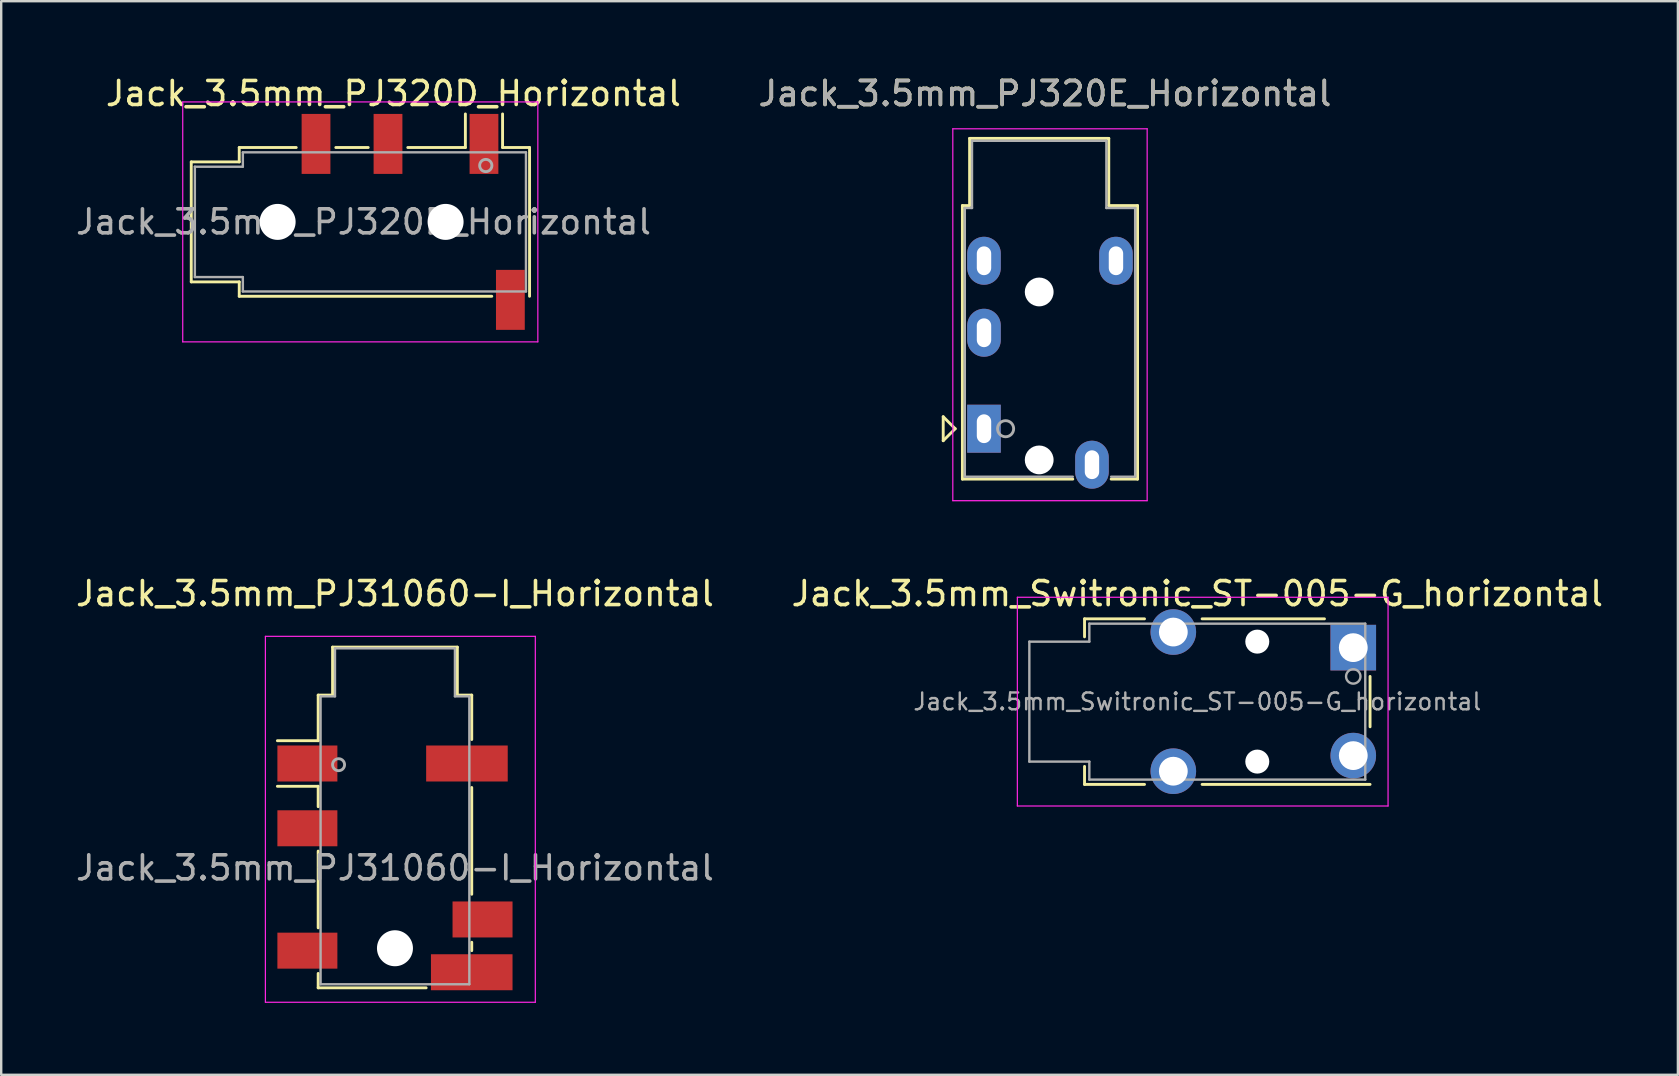
<source format=kicad_pcb>
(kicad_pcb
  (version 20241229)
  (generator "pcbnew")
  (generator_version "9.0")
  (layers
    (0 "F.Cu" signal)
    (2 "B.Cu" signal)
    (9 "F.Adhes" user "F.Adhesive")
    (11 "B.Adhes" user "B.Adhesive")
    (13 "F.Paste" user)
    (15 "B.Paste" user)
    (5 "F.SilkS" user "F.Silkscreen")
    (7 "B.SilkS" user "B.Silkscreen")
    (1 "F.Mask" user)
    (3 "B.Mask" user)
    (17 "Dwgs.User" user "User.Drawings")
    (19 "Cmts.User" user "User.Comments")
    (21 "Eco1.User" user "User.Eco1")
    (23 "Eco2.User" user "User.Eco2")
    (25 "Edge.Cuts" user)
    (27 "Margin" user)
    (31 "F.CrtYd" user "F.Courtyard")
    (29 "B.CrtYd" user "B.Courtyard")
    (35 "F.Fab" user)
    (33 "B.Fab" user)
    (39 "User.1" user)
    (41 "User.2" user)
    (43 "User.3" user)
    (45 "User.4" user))
  (footprint "Jack_3.5mm_PJ320D_Horizontal"
    (layer "F.Cu")
    (at 13.296 6.198)
    (property "Reference" "Jack_3.5mm_PJ320D_Horizontal" (at 0.05 -5.35 0) (layer "F.SilkS") (effects (font (size 1 1) (thickness 0.15))))
    (attr smd)
    (fp_line (start -8.375 -2.5) (end -8.375 2.5) (stroke (width 0.12) (type solid)) (layer "F.SilkS"))
    (fp_line (start -6.375 -3.1) (end -6.375 -2.5) (stroke (width 0.12) (type solid)) (layer "F.SilkS"))
    (fp_line (start -6.375 -3.1) (end -4 -3.1) (stroke (width 0.12) (type solid)) (layer "F.SilkS"))
    (fp_line (start -6.375 -2.5) (end -8.375 -2.5) (stroke (width 0.12) (type solid)) (layer "F.SilkS"))
    (fp_line (start -6.375 2.5) (end -8.375 2.5) (stroke (width 0.12) (type solid)) (layer "F.SilkS"))
    (fp_line (start -6.375 2.5) (end -6.375 3.1) (stroke (width 0.12) (type solid)) (layer "F.SilkS"))
    (fp_line (start -2.35 -3.1) (end -1 -3.1) (stroke (width 0.12) (type solid)) (layer "F.SilkS"))
    (fp_line (start 0.65 -3.1) (end 3.05 -3.1) (stroke (width 0.12) (type solid)) (layer "F.SilkS"))
    (fp_line (start 3.05 -3.1) (end 3.05 -4.5) (stroke (width 0.12) (type solid)) (layer "F.SilkS"))
    (fp_line (start 4.15 3.1) (end -6.375 3.1) (stroke (width 0.12) (type solid)) (layer "F.SilkS"))
    (fp_line (start 4.6 -3.1) (end 4.6 -4.5) (stroke (width 0.12) (type solid)) (layer "F.SilkS"))
    (fp_line (start 4.6 -3.1) (end 5.725 -3.1) (stroke (width 0.12) (type solid)) (layer "F.SilkS"))
    (fp_line (start 5.725 3.1) (end 5.725 -3.1) (stroke (width 0.12) (type solid)) (layer "F.SilkS"))
    (fp_line (start -8.73 -5) (end 6.07 -5) (stroke (width 0.05) (type solid)) (layer "F.CrtYd"))
    (fp_line (start -8.73 5) (end -8.73 -5) (stroke (width 0.05) (type solid)) (layer "F.CrtYd"))
    (fp_line (start -8.73 5) (end 6.07 5) (stroke (width 0.05) (type solid)) (layer "F.CrtYd"))
    (fp_line (start 6.07 5) (end 6.07 -5) (stroke (width 0.05) (type solid)) (layer "F.CrtYd"))
    (fp_line (start -8.225 -2.3) (end -6.225 -2.3) (stroke (width 0.1) (type solid)) (layer "F.Fab"))
    (fp_line (start -8.225 2.3) (end -8.225 -2.3) (stroke (width 0.1) (type solid)) (layer "F.Fab"))
    (fp_line (start -6.225 -2.9) (end 5.575 -2.9) (stroke (width 0.1) (type solid)) (layer "F.Fab"))
    (fp_line (start -6.225 -2.3) (end -6.225 -2.9) (stroke (width 0.1) (type solid)) (layer "F.Fab"))
    (fp_line (start -6.225 2.3) (end -8.225 2.3) (stroke (width 0.1) (type solid)) (layer "F.Fab"))
    (fp_line (start -6.225 2.9) (end -6.225 2.3) (stroke (width 0.1) (type solid)) (layer "F.Fab"))
    (fp_line (start 5.575 -2.9) (end 5.575 2.9) (stroke (width 0.1) (type solid)) (layer "F.Fab"))
    (fp_line (start 5.575 2.9) (end -6.225 2.9) (stroke (width 0.1) (type solid)) (layer "F.Fab"))
    (fp_circle (center 3.9 -2.35) (end 3.95 -2.1) (stroke (width 0.12) (type solid)) (fill no) (layer "F.Fab"))
    (fp_text user "${REFERENCE}" (at -1.195 0 0) (layer "F.Fab") (effects (font (size 1 1) (thickness 0.15))))
    (pad "" np_thru_hole circle (at -4.775 0) (size 1.5 1.5) (drill 1.5) (layers "*.Cu" "*.Mask"))
    (pad "" np_thru_hole circle (at 2.225 0) (size 1.5 1.5) (drill 1.5) (layers "*.Cu" "*.Mask"))
    (pad "R1" smd rect (at -0.175 -3.25) (size 1.2 2.5) (layers "F.Cu" "F.Mask" "F.Paste"))
    (pad "R2" smd rect (at -3.175 -3.25) (size 1.2 2.5) (layers "F.Cu" "F.Mask" "F.Paste"))
    (pad "S" smd rect (at 4.925 3.25) (size 1.2 2.5) (layers "F.Cu" "F.Mask" "F.Paste"))
    (pad "T" smd rect (at 3.825 -3.25) (size 1.2 2.5) (layers "F.Cu" "F.Mask" "F.Paste")))
  (footprint "Jack_3.5mm_Switronic_ST-005-G_horizontal"
    (layer "F.Cu")
    (at 46.851 26.192)
    (property "Reference" "Jack_3.5mm_Switronic_ST-005-G_horizontal" (at 0 -4.5 0) (layer "F.SilkS") (effects (font (size 1 1) (thickness 0.15))))
    (attr through_hole)
    (fp_line (start -4.7 -3.45) (end -2.2 -3.45) (stroke (width 0.12) (type solid)) (layer "F.SilkS"))
    (fp_line (start -4.7 -2.7) (end -4.7 -3.45) (stroke (width 0.12) (type solid)) (layer "F.SilkS"))
    (fp_line (start -4.7 3.45) (end -4.7 2.7) (stroke (width 0.12) (type solid)) (layer "F.SilkS"))
    (fp_line (start -2.2 3.45) (end -4.7 3.45) (stroke (width 0.12) (type solid)) (layer "F.SilkS"))
    (fp_line (start 0.2 -3.45) (end 5.3 -3.45) (stroke (width 0.12) (type solid)) (layer "F.SilkS"))
    (fp_line (start 0.2 3.45) (end 7.2 3.45) (stroke (width 0.12) (type solid)) (layer "F.SilkS"))
    (fp_line (start 7.2 -1.05) (end 7.2 1.05) (stroke (width 0.12) (type solid)) (layer "F.SilkS"))
    (fp_line (start -7.5 -4.35) (end -7.5 4.35) (stroke (width 0.05) (type solid)) (layer "F.CrtYd"))
    (fp_line (start -7.5 4.35) (end 7.95 4.35) (stroke (width 0.05) (type solid)) (layer "F.CrtYd"))
    (fp_line (start 7.95 -4.35) (end -7.5 -4.35) (stroke (width 0.05) (type solid)) (layer "F.CrtYd"))
    (fp_line (start 7.95 4.35) (end 7.95 -4.35) (stroke (width 0.05) (type solid)) (layer "F.CrtYd"))
    (fp_line (start -7 -2.5) (end -4.5 -2.5) (stroke (width 0.1) (type solid)) (layer "F.Fab"))
    (fp_line (start -7 2.5) (end -7 -2.5) (stroke (width 0.1) (type solid)) (layer "F.Fab"))
    (fp_line (start -4.5 -3.25) (end 7 -3.25) (stroke (width 0.1) (type solid)) (layer "F.Fab"))
    (fp_line (start -4.5 -2.5) (end -4.5 -3.25) (stroke (width 0.1) (type solid)) (layer "F.Fab"))
    (fp_line (start -4.5 2.5) (end -7 2.5) (stroke (width 0.1) (type solid)) (layer "F.Fab"))
    (fp_line (start -4.5 3.25) (end -4.5 2.5) (stroke (width 0.1) (type solid)) (layer "F.Fab"))
    (fp_line (start 7 -3.25) (end 7 3.25) (stroke (width 0.1) (type solid)) (layer "F.Fab"))
    (fp_line (start 7 3.25) (end -4.5 3.25) (stroke (width 0.1) (type solid)) (layer "F.Fab"))
    (fp_circle (center 6.5 -1.05) (end 6.8 -1.05) (stroke (width 0.1) (type solid)) (fill no) (layer "F.Fab"))
    (fp_text user "${REFERENCE}" (at 0 0 0) (layer "F.Fab") (effects (font (size 0.7 0.7) (thickness 0.1))))
    (pad "" np_thru_hole circle (at 2.5 -2.5) (size 1 1) (drill 1) (layers "*.Cu" "*.Mask"))
    (pad "" np_thru_hole circle (at 2.5 2.5) (size 1 1) (drill 1) (layers "*.Cu" "*.Mask"))
    (pad "R" thru_hole rect (at 6.5 -2.25) (size 1.9 1.9) (drill 1.2) (layers "*.Cu" "*.Mask"))
    (pad "S" thru_hole circle (at 6.5 2.25) (size 1.9 1.9) (drill 1.2) (layers "*.Cu" "*.Mask"))
    (pad "T" thru_hole circle (at -1 -2.9) (size 1.9 1.9) (drill 1.2) (layers "*.Cu" "*.Mask"))
    (pad "T" thru_hole circle (at -1 2.9) (size 1.9 1.9) (drill 1.2) (layers "*.Cu" "*.Mask")))
  (footprint "Jack_3.5mm_PJ320E_Horizontal"
    (layer "F.Cu")
    (at 37.961 14.818)
    (property "Reference" "Jack_3.5mm_PJ320E_Horizontal" (at 2.54 -13.97 0) (layer "F.SilkS") (effects (font (size 1 1) (thickness 0.15))))
    (attr through_hole)
    (fp_line (start -1.7 -0.5) (end -1.7 0.5) (stroke (width 0.12) (type solid)) (layer "F.SilkS"))
    (fp_line (start -1.7 0.5) (end -1.2 0) (stroke (width 0.12) (type solid)) (layer "F.SilkS"))
    (fp_line (start -1.2 0) (end -1.7 -0.5) (stroke (width 0.12) (type solid)) (layer "F.SilkS"))
    (fp_line (start -0.9 -9.3) (end -0.9 2.1) (stroke (width 0.12) (type solid)) (layer "F.SilkS"))
    (fp_line (start -0.9 -9.3) (end -0.6 -9.3) (stroke (width 0.12) (type solid)) (layer "F.SilkS"))
    (fp_line (start -0.9 2.1) (end 3.7 2.1) (stroke (width 0.12) (type solid)) (layer "F.SilkS"))
    (fp_line (start -0.6 -9.3) (end -0.6 -12.1) (stroke (width 0.12) (type solid)) (layer "F.SilkS"))
    (fp_line (start 5.2 -12.1) (end -0.6 -12.1) (stroke (width 0.12) (type solid)) (layer "F.SilkS"))
    (fp_line (start 5.2 -9.3) (end 5.2 -12.1) (stroke (width 0.12) (type solid)) (layer "F.SilkS"))
    (fp_line (start 5.2 -9.3) (end 6.4 -9.3) (stroke (width 0.12) (type solid)) (layer "F.SilkS"))
    (fp_line (start 6.4 -9.3) (end 6.4 2.1) (stroke (width 0.12) (type solid)) (layer "F.SilkS"))
    (fp_line (start 6.4 2.1) (end 5.3 2.1) (stroke (width 0.12) (type solid)) (layer "F.SilkS"))
    (fp_line (start -1.3 -12.5) (end -1.3 3) (stroke (width 0.05) (type solid)) (layer "F.CrtYd"))
    (fp_line (start -1.3 -12.5) (end 6.8 -12.5) (stroke (width 0.05) (type solid)) (layer "F.CrtYd"))
    (fp_line (start -1.3 3) (end 6.8 3) (stroke (width 0.05) (type solid)) (layer "F.CrtYd"))
    (fp_line (start 6.8 -12.5) (end 6.8 3) (stroke (width 0.05) (type solid)) (layer "F.CrtYd"))
    (fp_line (start -0.8 -9.2) (end -0.5 -9.2) (stroke (width 0.1) (type solid)) (layer "F.Fab"))
    (fp_line (start -0.8 2) (end -0.8 -9.2) (stroke (width 0.1) (type solid)) (layer "F.Fab"))
    (fp_line (start -0.5 -12) (end 5.1 -12) (stroke (width 0.1) (type solid)) (layer "F.Fab"))
    (fp_line (start -0.5 -9.2) (end -0.5 -12) (stroke (width 0.1) (type solid)) (layer "F.Fab"))
    (fp_line (start 3.7 2) (end -0.8 2) (stroke (width 0.1) (type solid)) (layer "F.Fab"))
    (fp_line (start 5.1 -12) (end 5.1 -9.2) (stroke (width 0.1) (type solid)) (layer "F.Fab"))
    (fp_line (start 5.1 -9.2) (end 6.3 -9.2) (stroke (width 0.1) (type solid)) (layer "F.Fab"))
    (fp_line (start 6.3 -9.2) (end 6.3 2) (stroke (width 0.1) (type solid)) (layer "F.Fab"))
    (fp_line (start 6.3 2) (end 5.3 2) (stroke (width 0.1) (type solid)) (layer "F.Fab"))
    (fp_circle (center 0.9 0) (end 1.2 0.15) (stroke (width 0.12) (type solid)) (fill no) (layer "F.Fab"))
    (fp_text user "${REFERENCE}" (at 2.54 -13.97 0) (layer "F.Fab") (effects (font (size 1 1) (thickness 0.15))))
    (pad "" np_thru_hole circle (at 2.3 -5.7 270) (size 1.2 1.2) (drill 1.2) (layers "*.Cu" "*.Mask"))
    (pad "" np_thru_hole circle (at 2.3 1.3 270) (size 1.2 1.2) (drill 1.2) (layers "*.Cu" "*.Mask"))
    (pad "" thru_hole oval (at 5.5 -7 270) (size 2 1.4) (drill oval 1.2 0.6) (layers "*.Cu" "*.Mask"))
    (pad "R1" thru_hole oval (at 0 -4 270) (size 2 1.4) (drill oval 1.2 0.6) (layers "*.Cu" "*.Mask"))
    (pad "R2" thru_hole oval (at 0 -7 270) (size 2 1.4) (drill oval 1.2 0.6) (layers "*.Cu" "*.Mask"))
    (pad "S" thru_hole oval (at 4.5 1.5 270) (size 2 1.4) (drill oval 1.2 0.6) (layers "*.Cu" "*.Mask"))
    (pad "T" thru_hole rect (at 0 0 270) (size 2 1.4) (drill oval 1.2 0.6) (layers "*.Cu" "*.Mask")))
  (footprint "Jack_3.5mm_PJ31060-I_Horizontal"
    (layer "F.Cu")
    (at 13.411 33.121)
    (property "Reference" "Jack_3.5mm_PJ31060-I_Horizontal" (at 0 -11.43 0) (layer "F.SilkS") (effects (font (size 1 1) (thickness 0.15))))
    (attr smd)
    (fp_line (start -4.9 -3.4) (end -3.2 -3.4) (stroke (width 0.12) (type solid)) (layer "F.SilkS"))
    (fp_line (start -3.2 -7.2) (end -2.6 -7.2) (stroke (width 0.12) (type solid)) (layer "F.SilkS"))
    (fp_line (start -3.2 -5.3) (end -4.9 -5.3) (stroke (width 0.12) (type solid)) (layer "F.SilkS"))
    (fp_line (start -3.2 -5.3) (end -3.2 -7.2) (stroke (width 0.12) (type solid)) (layer "F.SilkS"))
    (fp_line (start -3.2 -2.55) (end -3.2 -3.4) (stroke (width 0.12) (type solid)) (layer "F.SilkS"))
    (fp_line (start -3.2 2.5) (end -3.2 -0.7) (stroke (width 0.12) (type solid)) (layer "F.SilkS"))
    (fp_line (start -3.2 5) (end -3.2 4.4) (stroke (width 0.12) (type solid)) (layer "F.SilkS"))
    (fp_line (start -2.6 -9.2) (end 2.6 -9.2) (stroke (width 0.12) (type solid)) (layer "F.SilkS"))
    (fp_line (start -2.6 -7.2) (end -2.6 -9.2) (stroke (width 0.12) (type solid)) (layer "F.SilkS"))
    (fp_line (start 1.3 5) (end -3.2 5) (stroke (width 0.12) (type solid)) (layer "F.SilkS"))
    (fp_line (start 2.6 -9.2) (end 2.6 -7.2) (stroke (width 0.12) (type solid)) (layer "F.SilkS"))
    (fp_line (start 2.6 -7.2) (end 3.2 -7.2) (stroke (width 0.12) (type solid)) (layer "F.SilkS"))
    (fp_line (start 3.2 -7.2) (end 3.2 -5.35) (stroke (width 0.12) (type solid)) (layer "F.SilkS"))
    (fp_line (start 3.2 -3.35) (end 3.2 1.1) (stroke (width 0.12) (type solid)) (layer "F.SilkS"))
    (fp_line (start 3.2 3.1) (end 3.2 3.45) (stroke (width 0.12) (type solid)) (layer "F.SilkS"))
    (fp_line (start -5.4 -9.65) (end -5.4 5.6) (stroke (width 0.05) (type solid)) (layer "F.CrtYd"))
    (fp_line (start -5.4 -9.65) (end 5.85 -9.65) (stroke (width 0.05) (type solid)) (layer "F.CrtYd"))
    (fp_line (start 5.85 5.6) (end -5.4 5.6) (stroke (width 0.05) (type solid)) (layer "F.CrtYd"))
    (fp_line (start 5.85 5.6) (end 5.85 -9.65) (stroke (width 0.05) (type solid)) (layer "F.CrtYd"))
    (fp_line (start -3.1 -7.15) (end -3.1 4.85) (stroke (width 0.1) (type solid)) (layer "F.Fab"))
    (fp_line (start -2.5 -9.15) (end -2.5 -7.15) (stroke (width 0.1) (type solid)) (layer "F.Fab"))
    (fp_line (start -2.5 -7.15) (end -3.1 -7.15) (stroke (width 0.1) (type solid)) (layer "F.Fab"))
    (fp_line (start 2.5 -9.15) (end -2.5 -9.15) (stroke (width 0.1) (type solid)) (layer "F.Fab"))
    (fp_line (start 2.5 -7.15) (end 2.5 -9.15) (stroke (width 0.1) (type solid)) (layer "F.Fab"))
    (fp_line (start 2.5 -7.15) (end 3.1 -7.15) (stroke (width 0.1) (type solid)) (layer "F.Fab"))
    (fp_line (start 3.1 -7.15) (end 3.1 4.85) (stroke (width 0.1) (type solid)) (layer "F.Fab"))
    (fp_line (start 3.1 4.85) (end -3.1 4.85) (stroke (width 0.1) (type solid)) (layer "F.Fab"))
    (fp_circle (center -2.35 -4.3) (end -2.1 -4.3) (stroke (width 0.12) (type solid)) (fill no) (layer "F.Fab"))
    (fp_text user "${REFERENCE}" (at 0 0 0) (layer "F.Fab") (effects (font (size 1 1) (thickness 0.15))))
    (pad "" np_thru_hole circle (at 0 3.35) (size 1.5 1.5) (drill 1.5) (layers "*.Cu" "*.Mask"))
    (pad "R1" smd rect (at -3.65 -1.65) (size 2.5 1.5) (layers "F.Cu" "F.Mask" "F.Paste"))
    (pad "R1N" smd rect (at -3.65 3.45) (size 2.5 1.5) (layers "F.Cu" "F.Mask" "F.Paste"))
    (pad "R2" smd rect (at 3 -4.35) (size 3.4 1.5) (layers "F.Cu" "F.Mask" "F.Paste"))
    (pad "S" smd rect (at -3.65 -4.35) (size 2.5 1.5) (layers "F.Cu" "F.Mask" "F.Paste"))
    (pad "T" smd rect (at 3.65 2.15) (size 2.5 1.5) (layers "F.Cu" "F.Mask" "F.Paste"))
    (pad "TN" smd rect (at 3.2 4.35) (size 3.4 1.5) (layers "F.Cu" "F.Mask" "F.Paste")))
  (gr_rect
    (start -3 -3)
    (end 66.881 41.746)
    (stroke (width 0.1) (type default))
    (fill no)
    (layer "Edge.Cuts")))
</source>
